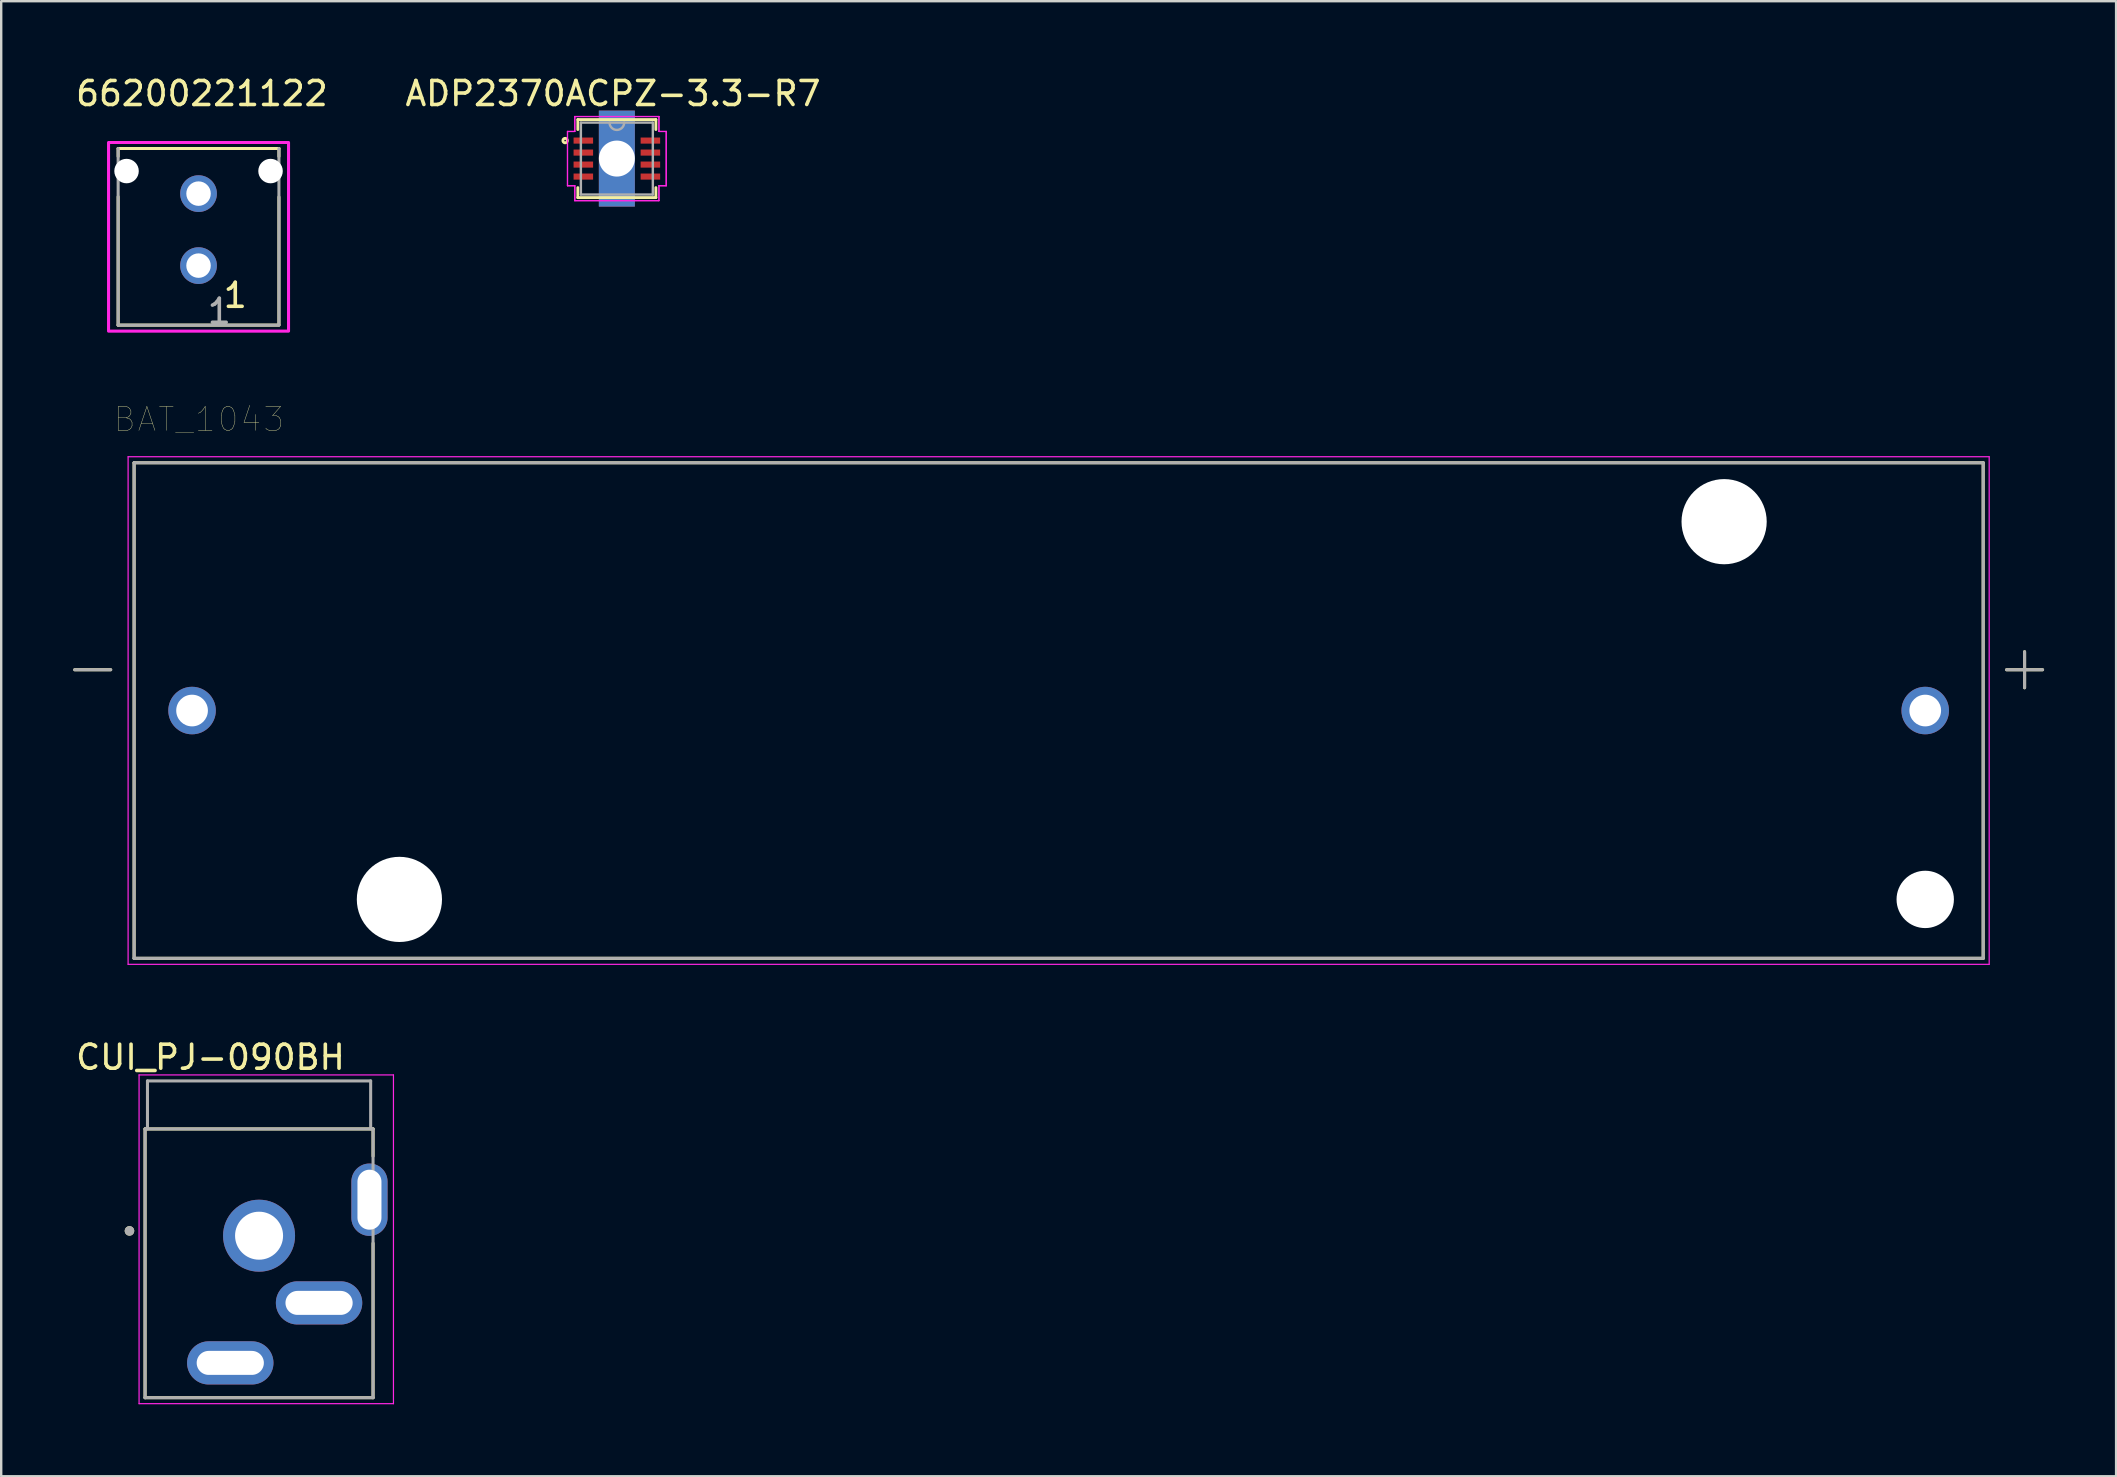
<source format=kicad_pcb>
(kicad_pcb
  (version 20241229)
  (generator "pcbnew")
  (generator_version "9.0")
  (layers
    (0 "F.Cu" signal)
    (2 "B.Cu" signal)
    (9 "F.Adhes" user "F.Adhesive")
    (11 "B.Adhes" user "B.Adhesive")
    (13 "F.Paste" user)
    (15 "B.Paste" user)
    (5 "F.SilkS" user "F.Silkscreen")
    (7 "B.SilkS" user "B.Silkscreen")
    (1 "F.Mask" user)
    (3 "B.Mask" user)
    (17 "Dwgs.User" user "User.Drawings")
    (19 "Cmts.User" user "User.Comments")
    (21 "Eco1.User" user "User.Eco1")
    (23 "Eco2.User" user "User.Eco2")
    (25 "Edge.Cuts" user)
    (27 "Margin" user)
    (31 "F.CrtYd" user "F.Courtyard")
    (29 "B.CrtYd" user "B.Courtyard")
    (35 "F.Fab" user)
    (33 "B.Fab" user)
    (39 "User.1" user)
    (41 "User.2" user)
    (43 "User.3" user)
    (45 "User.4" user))
  (footprint "BAT_1043"
    (layer "F.Cu")
    (at 41.063 26.558)
    (property "Reference" "BAT_1043" (at -35.825 -12.135 0) (layer "F.SilkS") (effects (font (size 1 1) (thickness 0.015))))
    (attr through_hole)
    (fp_line (start -39.5 -1.7) (end -41 -1.7) (stroke (width 0.127) (type solid)) (layer "F.SilkS"))
    (fp_line (start -38.525 -10.325) (end -38.525 10.325) (stroke (width 0.127) (type solid)) (layer "F.SilkS"))
    (fp_line (start -38.525 10.325) (end 38.525 10.325) (stroke (width 0.127) (type solid)) (layer "F.SilkS"))
    (fp_line (start 38.525 -10.325) (end -38.525 -10.325) (stroke (width 0.127) (type solid)) (layer "F.SilkS"))
    (fp_line (start 38.525 10.325) (end 38.525 -10.325) (stroke (width 0.127) (type solid)) (layer "F.SilkS"))
    (fp_line (start 39.5 -1.7) (end 41 -1.7) (stroke (width 0.127) (type solid)) (layer "F.SilkS"))
    (fp_line (start 40.25 -0.95) (end 40.25 -2.45) (stroke (width 0.127) (type solid)) (layer "F.SilkS"))
    (fp_line (start -38.775 -10.575) (end -38.775 10.575) (stroke (width 0.05) (type solid)) (layer "F.CrtYd"))
    (fp_line (start -38.775 10.575) (end 38.775 10.575) (stroke (width 0.05) (type solid)) (layer "F.CrtYd"))
    (fp_line (start 38.775 -10.575) (end -38.775 -10.575) (stroke (width 0.05) (type solid)) (layer "F.CrtYd"))
    (fp_line (start 38.775 10.575) (end 38.775 -10.575) (stroke (width 0.05) (type solid)) (layer "F.CrtYd"))
    (fp_line (start -39.5 -1.7) (end -41 -1.7) (stroke (width 0.127) (type solid)) (layer "F.Fab"))
    (fp_line (start -38.525 -10.325) (end -38.525 10.325) (stroke (width 0.127) (type solid)) (layer "F.Fab"))
    (fp_line (start -38.525 10.325) (end 38.525 10.325) (stroke (width 0.127) (type solid)) (layer "F.Fab"))
    (fp_line (start 38.525 -10.325) (end -38.525 -10.325) (stroke (width 0.127) (type solid)) (layer "F.Fab"))
    (fp_line (start 38.525 10.325) (end 38.525 -10.325) (stroke (width 0.127) (type solid)) (layer "F.Fab"))
    (fp_line (start 39.5 -1.7) (end 41 -1.7) (stroke (width 0.127) (type solid)) (layer "F.Fab"))
    (fp_line (start 40.25 -0.95) (end 40.25 -2.45) (stroke (width 0.127) (type solid)) (layer "F.Fab"))
    (pad "" np_thru_hole circle (at -27.47 7.87) (size 3.55 3.55) (drill 3.55) (layers "*.Cu" "*.Mask"))
    (pad "" np_thru_hole circle (at 27.73 -7.87) (size 3.55 3.55) (drill 3.55) (layers "*.Cu" "*.Mask"))
    (pad "" np_thru_hole circle (at 36.11 7.87) (size 2.39 2.39) (drill 2.39) (layers "*.Cu" "*.Mask"))
    (pad "N" thru_hole circle (at -36.11 0) (size 1.98 1.98) (drill 1.32) (layers "*.Cu" "*.Mask"))
    (pad "P" thru_hole circle (at 36.11 0) (size 1.98 1.98) (drill 1.32) (layers "*.Cu" "*.Mask")))
  (footprint "66200221122"
    (layer "F.Cu")
    (at 5.223 6.518)
    (property "Reference" "66200221122" (at 0.14 -5.67 0) (layer "F.SilkS") (effects (font (size 1 1) (thickness 0.15))))
    (attr through_hole)
    (fp_line (start -3.35 -3.05) (end -3.35 -3.38) (stroke (width 0.127) (type solid)) (layer "F.SilkS"))
    (fp_line (start -3.35 -1.37) (end -3.35 3.98) (stroke (width 0.127) (type solid)) (layer "F.SilkS"))
    (fp_line (start -3.35 3.98) (end 3.35 3.98) (stroke (width 0.127) (type solid)) (layer "F.SilkS"))
    (fp_line (start 3.35 -3.38) (end -3.35 -3.38) (stroke (width 0.127) (type solid)) (layer "F.SilkS"))
    (fp_line (start 3.35 -3.05) (end 3.35 -3.38) (stroke (width 0.127) (type solid)) (layer "F.SilkS"))
    (fp_line (start 3.35 -1.36) (end 3.35 3.94) (stroke (width 0.127) (type solid)) (layer "F.SilkS"))
    (fp_poly (pts (xy -3.75 -3.63) (xy 3.75 -3.63) (xy 3.75 4.23) (xy -3.75 4.23)) (stroke (width 0.127) (type solid)) (fill no) (layer "F.CrtYd"))
    (fp_line (start -3.35 -3.38) (end -3.35 3.98) (stroke (width 0.127) (type solid)) (layer "F.Fab"))
    (fp_line (start -3.35 3.98) (end 3.35 3.98) (stroke (width 0.127) (type solid)) (layer "F.Fab"))
    (fp_line (start 3.35 3.98) (end 3.35 -3.38) (stroke (width 0.127) (type solid)) (layer "F.Fab"))
    (fp_text user "1" (at 1.53 2.74 0) (layer "F.SilkS") (effects (font (size 1 1) (thickness 0.15))))
    (fp_text user "1" (at 0.865 3.405 0) (layer "F.Fab") (effects (font (size 1 1) (thickness 0.15))))
    (pad "" np_thru_hole circle (at -3 -2.44) (size 1.02 1.02) (drill 1.02) (layers "*.Cu" "*.Mask"))
    (pad "" np_thru_hole circle (at 3 -2.44) (size 1.02 1.02) (drill 1.02) (layers "*.Cu" "*.Mask"))
    (pad "1" thru_hole circle (at 0 1.5) (size 1.53 1.53) (drill 1.02) (layers "*.Cu" "*.Mask"))
    (pad "2" thru_hole circle (at 0 -1.5) (size 1.53 1.53) (drill 1.02) (layers "*.Cu" "*.Mask")))
  (footprint "CUI_PJ-090BH"
    (layer "F.Cu")
    (at 7.745 48.441)
    (property "Reference" "CUI_PJ-090BH" (at -2.025 -7.435 0) (layer "F.SilkS") (effects (font (size 1 1) (thickness 0.15))))
    (attr through_hole)
    (fp_line (start -4.75 -4.45) (end 4.75 -4.45) (stroke (width 0.127) (type solid)) (layer "F.SilkS"))
    (fp_line (start -4.75 6.75) (end -4.75 -4.45) (stroke (width 0.127) (type solid)) (layer "F.SilkS"))
    (fp_line (start 4.75 -4.45) (end 4.75 -3.313) (stroke (width 0.127) (type solid)) (layer "F.SilkS"))
    (fp_line (start 4.75 6.75) (end -4.75 6.75) (stroke (width 0.127) (type solid)) (layer "F.SilkS"))
    (fp_line (start 4.75 6.75) (end 4.75 0.314) (stroke (width 0.127) (type solid)) (layer "F.SilkS"))
    (fp_circle (center -5.4 -0.2) (end -5.3 -0.2) (stroke (width 0.2) (type solid)) (fill no) (layer "F.SilkS"))
    (fp_line (start -5 -6.7) (end 5.6 -6.7) (stroke (width 0.05) (type solid)) (layer "F.CrtYd"))
    (fp_line (start -5 7) (end -5 -6.7) (stroke (width 0.05) (type solid)) (layer "F.CrtYd"))
    (fp_line (start 5.6 -6.7) (end 5.6 7) (stroke (width 0.05) (type solid)) (layer "F.CrtYd"))
    (fp_line (start 5.6 7) (end -5 7) (stroke (width 0.05) (type solid)) (layer "F.CrtYd"))
    (fp_line (start -4.75 -4.45) (end 4.75 -4.45) (stroke (width 0.127) (type solid)) (layer "F.Fab"))
    (fp_line (start -4.75 6.75) (end -4.75 -4.45) (stroke (width 0.127) (type solid)) (layer "F.Fab"))
    (fp_line (start -4.65 -6.45) (end 4.65 -6.45) (stroke (width 0.127) (type solid)) (layer "F.Fab"))
    (fp_line (start -4.65 -4.45) (end -4.65 -6.45) (stroke (width 0.127) (type solid)) (layer "F.Fab"))
    (fp_line (start 4.65 -6.45) (end 4.65 -4.45) (stroke (width 0.127) (type solid)) (layer "F.Fab"))
    (fp_line (start 4.75 -4.45) (end 4.75 6.75) (stroke (width 0.127) (type solid)) (layer "F.Fab"))
    (fp_line (start 4.75 6.75) (end -4.75 6.75) (stroke (width 0.127) (type solid)) (layer "F.Fab"))
    (fp_circle (center -5.4 -0.2) (end -5.3 -0.2) (stroke (width 0.2) (type solid)) (fill no) (layer "F.Fab"))
    (pad "1" thru_hole circle (at 0 0) (size 3 3) (drill 2) (layers "*.Cu" "*.Mask"))
    (pad "2" thru_hole oval (at -1.2 5.3) (size 3.6 1.8) (drill oval 2.8 1) (layers "*.Cu" "*.Mask"))
    (pad "3" thru_hole oval (at 2.5 2.8) (size 3.6 1.8) (drill oval 2.8 1) (layers "*.Cu" "*.Mask"))
    (pad "S1" thru_hole oval (at 4.6 -1.5) (size 1.508 3.016) (drill oval 1 2.5) (layers "*.Cu" "*.Mask")))
  (footprint "ADP2370ACPZ-3.3-R7"
    (layer "F.Cu")
    (at 22.654 3.558)
    (property "Reference" "ADP2370ACPZ-3.3-R7" (at -0.16 -2.71 0) (layer "F.SilkS") (effects (font (size 1 1) (thickness 0.15))))
    (attr through_hole)
    (fp_line (start -1.626 -1.626) (end -1.626 -1.21) (stroke (width 0.12) (type solid)) (layer "F.SilkS"))
    (fp_line (start -1.626 1.21) (end -1.626 1.626) (stroke (width 0.12) (type solid)) (layer "F.SilkS"))
    (fp_line (start -1.626 1.626) (end 1.626 1.626) (stroke (width 0.12) (type solid)) (layer "F.SilkS"))
    (fp_line (start 1.626 -1.626) (end -1.626 -1.626) (stroke (width 0.12) (type solid)) (layer "F.SilkS"))
    (fp_line (start 1.626 -1.21) (end 1.626 -1.626) (stroke (width 0.12) (type solid)) (layer "F.SilkS"))
    (fp_line (start 1.626 1.626) (end 1.626 1.21) (stroke (width 0.12) (type solid)) (layer "F.SilkS"))
    (fp_arc (start -2.131881 -0.659499) (mid -2.179061 -0.840255) (end -2.13 -0.66) (stroke (width 0.12) (type solid)) (layer "F.SilkS"))
    (fp_line (start -2.057 -1.131) (end -1.753 -1.131) (stroke (width 0.05) (type solid)) (layer "F.CrtYd"))
    (fp_line (start -2.057 -1.131) (end -1.753 -1.131) (stroke (width 0.05) (type solid)) (layer "F.CrtYd"))
    (fp_line (start -2.057 1.131) (end -2.057 -1.131) (stroke (width 0.05) (type solid)) (layer "F.CrtYd"))
    (fp_line (start -2.057 1.131) (end -2.057 -1.131) (stroke (width 0.05) (type solid)) (layer "F.CrtYd"))
    (fp_line (start -2.057 1.131) (end -1.753 1.131) (stroke (width 0.05) (type solid)) (layer "F.CrtYd"))
    (fp_line (start -1.753 -1.753) (end 1.753 -1.753) (stroke (width 0.05) (type solid)) (layer "F.CrtYd"))
    (fp_line (start -1.753 -1.753) (end 1.753 -1.753) (stroke (width 0.05) (type solid)) (layer "F.CrtYd"))
    (fp_line (start -1.753 -1.131) (end -1.753 -1.753) (stroke (width 0.05) (type solid)) (layer "F.CrtYd"))
    (fp_line (start -1.753 -1.131) (end -1.753 -1.753) (stroke (width 0.05) (type solid)) (layer "F.CrtYd"))
    (fp_line (start -1.753 1.131) (end -2.057 1.131) (stroke (width 0.05) (type solid)) (layer "F.CrtYd"))
    (fp_line (start -1.753 1.753) (end -1.753 1.131) (stroke (width 0.05) (type solid)) (layer "F.CrtYd"))
    (fp_line (start -1.753 1.753) (end -1.753 1.131) (stroke (width 0.05) (type solid)) (layer "F.CrtYd"))
    (fp_line (start 1.753 -1.753) (end 1.753 -1.131) (stroke (width 0.05) (type solid)) (layer "F.CrtYd"))
    (fp_line (start 1.753 -1.753) (end 1.753 -1.131) (stroke (width 0.05) (type solid)) (layer "F.CrtYd"))
    (fp_line (start 1.753 -1.131) (end 2.057 -1.131) (stroke (width 0.05) (type solid)) (layer "F.CrtYd"))
    (fp_line (start 1.753 1.131) (end 1.753 1.753) (stroke (width 0.05) (type solid)) (layer "F.CrtYd"))
    (fp_line (start 1.753 1.131) (end 1.753 1.753) (stroke (width 0.05) (type solid)) (layer "F.CrtYd"))
    (fp_line (start 1.753 1.753) (end -1.753 1.753) (stroke (width 0.05) (type solid)) (layer "F.CrtYd"))
    (fp_line (start 1.753 1.753) (end -1.753 1.753) (stroke (width 0.05) (type solid)) (layer "F.CrtYd"))
    (fp_line (start 2.057 -1.131) (end 1.753 -1.131) (stroke (width 0.05) (type solid)) (layer "F.CrtYd"))
    (fp_line (start 2.057 -1.131) (end 2.057 1.131) (stroke (width 0.05) (type solid)) (layer "F.CrtYd"))
    (fp_line (start 2.057 -1.131) (end 2.057 1.131) (stroke (width 0.05) (type solid)) (layer "F.CrtYd"))
    (fp_line (start 2.057 1.131) (end 1.753 1.131) (stroke (width 0.05) (type solid)) (layer "F.CrtYd"))
    (fp_line (start 2.057 1.131) (end 1.753 1.131) (stroke (width 0.05) (type solid)) (layer "F.CrtYd"))
    (fp_line (start -1.499 -1.499) (end -1.499 1.499) (stroke (width 0.1) (type solid)) (layer "F.Fab"))
    (fp_line (start -1.499 1.499) (end 1.499 1.499) (stroke (width 0.1) (type solid)) (layer "F.Fab"))
    (fp_line (start 1.499 -1.499) (end -1.499 -1.499) (stroke (width 0.1) (type solid)) (layer "F.Fab"))
    (fp_line (start 1.499 1.499) (end 1.499 -1.499) (stroke (width 0.1) (type solid)) (layer "F.Fab"))
    (fp_arc (start 0.3048 -1.4986) (mid 0 -1.1938) (end -0.3048 -1.4986) (stroke (width 0.1) (type solid)) (layer "F.Fab"))
    (pad "1" smd rect (at -1.397 -0.75) (size 0.813 0.254) (layers "F.Cu" "F.Mask" "F.Paste"))
    (pad "2" smd rect (at -1.397 -0.25) (size 0.813 0.254) (layers "F.Cu" "F.Mask" "F.Paste"))
    (pad "3" smd rect (at -1.397 0.25) (size 0.813 0.254) (layers "F.Cu" "F.Mask" "F.Paste"))
    (pad "4" smd rect (at -1.397 0.75) (size 0.813 0.254) (layers "F.Cu" "F.Mask" "F.Paste"))
    (pad "5" smd rect (at 1.397 0.75) (size 0.813 0.254) (layers "F.Cu" "F.Mask" "F.Paste"))
    (pad "6" smd rect (at 1.397 0.25) (size 0.813 0.254) (layers "F.Cu" "F.Mask" "F.Paste"))
    (pad "7" smd rect (at 1.397 -0.25) (size 0.813 0.254) (layers "F.Cu" "F.Mask" "F.Paste"))
    (pad "8" smd rect (at 1.397 -0.75) (size 0.813 0.254) (layers "F.Cu" "F.Mask" "F.Paste"))
    (pad "9" thru_hole rect (at 0 0) (size 1.5 4) (drill 1.5) (layers "F.Cu" "F.Mask")))
  (gr_rect
    (start -3 -3)
    (end 85.127 58.466)
    (stroke (width 0.1) (type default))
    (fill no)
    (layer "Edge.Cuts")))
</source>
